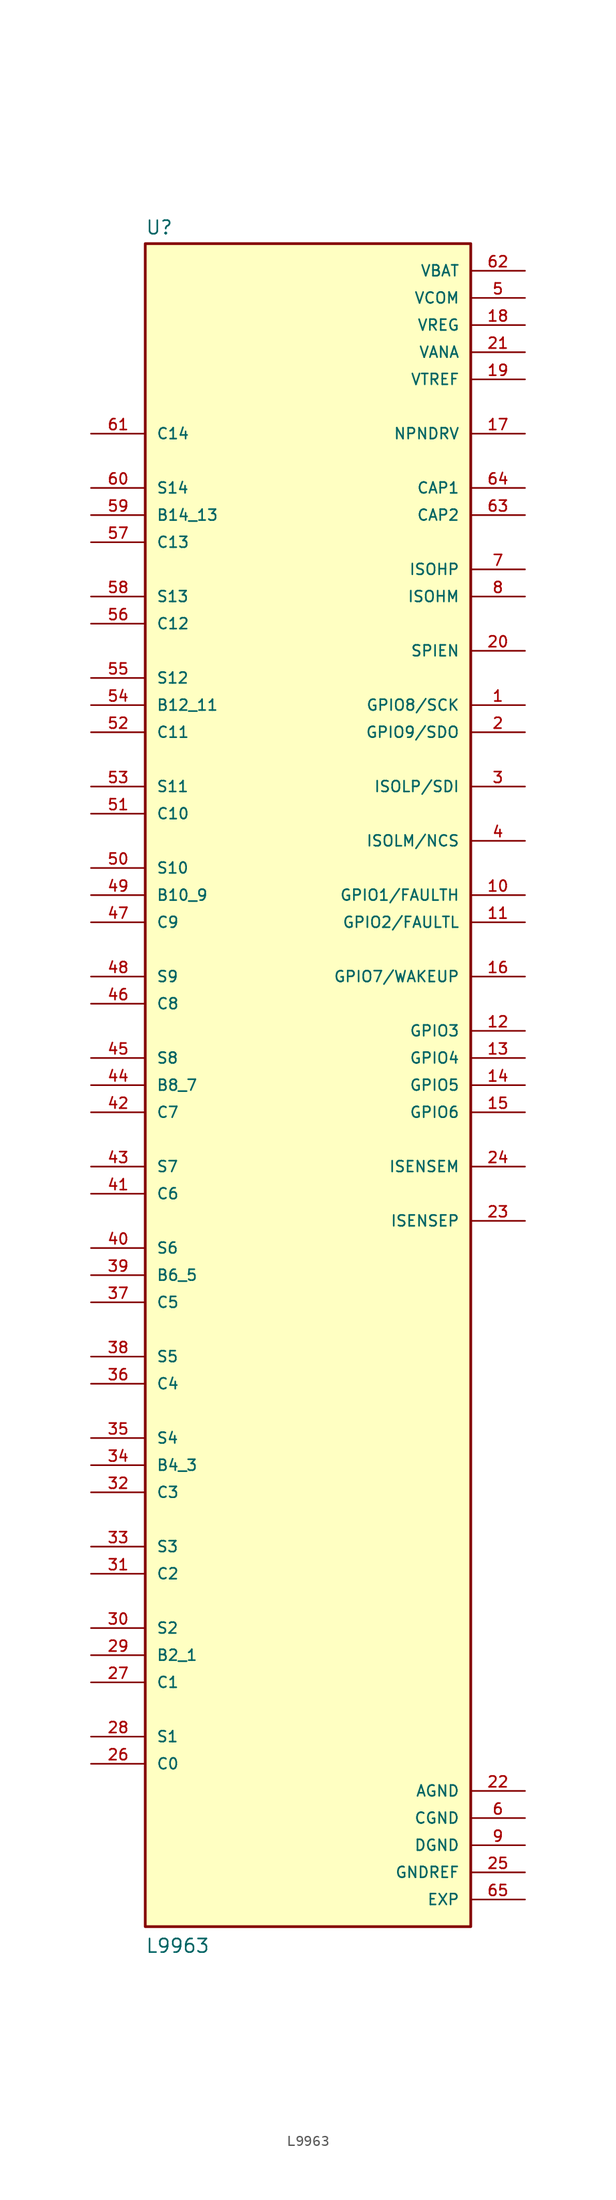
<source format=kicad_sym>
(kicad_symbol_lib
  (version 20211014)
  (generator kicad_symbol_editor)
  (symbol "L9963"
    (pin_names
      (offset 1.016))
    (property "Reference" "U"
      (at -15.24 74.422 0)
      (effects (font (size 1.27 1.27)) (justify bottom left)))
    (property "Value" "L9963"
      (at -15.24 -86.36 0)
      (effects (font (size 1.27 1.27)) (justify bottom left)))
    (symbol "L9963_0_0"
      (rectangle (start -15.24 -83.82) (end 15.24 73.66) (stroke (width 0.254)) (fill (type background)))
      (pin power_in line (at 20.32 71.12 180.0) (length 5.08) (name "VBAT" (effects (font (size 1.016 1.016)))) (number "62" (effects (font (size 1.016 1.016)))))
      (pin passive line (at -20.32 55.88 0) (length 5.08) (name "C14" (effects (font (size 1.016 1.016)))) (number "61" (effects (font (size 1.016 1.016)))))
      (pin passive line (at -20.32 50.8 0) (length 5.08) (name "S14" (effects (font (size 1.016 1.016)))) (number "60" (effects (font (size 1.016 1.016)))))
      (pin passive line (at -20.32 48.26 0) (length 5.08) (name "B14_13" (effects (font (size 1.016 1.016)))) (number "59" (effects (font (size 1.016 1.016)))))
      (pin passive line (at -20.32 45.72 0) (length 5.08) (name "C13" (effects (font (size 1.016 1.016)))) (number "57" (effects (font (size 1.016 1.016)))))
      (pin passive line (at -20.32 40.64 0) (length 5.08) (name "S13" (effects (font (size 1.016 1.016)))) (number "58" (effects (font (size 1.016 1.016)))))
      (pin passive line (at -20.32 38.1 0) (length 5.08) (name "C12" (effects (font (size 1.016 1.016)))) (number "56" (effects (font (size 1.016 1.016)))))
      (pin passive line (at -20.32 33.02 0) (length 5.08) (name "S12" (effects (font (size 1.016 1.016)))) (number "55" (effects (font (size 1.016 1.016)))))
      (pin passive line (at -20.32 30.48 0) (length 5.08) (name "B12_11" (effects (font (size 1.016 1.016)))) (number "54" (effects (font (size 1.016 1.016)))))
      (pin passive line (at -20.32 27.94 0) (length 5.08) (name "C11" (effects (font (size 1.016 1.016)))) (number "52" (effects (font (size 1.016 1.016)))))
      (pin passive line (at -20.32 22.86 0) (length 5.08) (name "S11" (effects (font (size 1.016 1.016)))) (number "53" (effects (font (size 1.016 1.016)))))
      (pin passive line (at -20.32 20.32 0) (length 5.08) (name "C10" (effects (font (size 1.016 1.016)))) (number "51" (effects (font (size 1.016 1.016)))))
      (pin passive line (at -20.32 15.24 0) (length 5.08) (name "S10" (effects (font (size 1.016 1.016)))) (number "50" (effects (font (size 1.016 1.016)))))
      (pin passive line (at -20.32 12.7 0) (length 5.08) (name "B10_9" (effects (font (size 1.016 1.016)))) (number "49" (effects (font (size 1.016 1.016)))))
      (pin passive line (at -20.32 10.16 0) (length 5.08) (name "C9" (effects (font (size 1.016 1.016)))) (number "47" (effects (font (size 1.016 1.016)))))
      (pin passive line (at -20.32 5.08 0) (length 5.08) (name "S9" (effects (font (size 1.016 1.016)))) (number "48" (effects (font (size 1.016 1.016)))))
      (pin passive line (at -20.32 -2.54 0) (length 5.08) (name "S8" (effects (font (size 1.016 1.016)))) (number "45" (effects (font (size 1.016 1.016)))))
      (pin passive line (at -20.32 2.54 0) (length 5.08) (name "C8" (effects (font (size 1.016 1.016)))) (number "46" (effects (font (size 1.016 1.016)))))
      (pin passive line (at -20.32 -5.08 0) (length 5.08) (name "B8_7" (effects (font (size 1.016 1.016)))) (number "44" (effects (font (size 1.016 1.016)))))
      (pin passive line (at -20.32 -7.62 0) (length 5.08) (name "C7" (effects (font (size 1.016 1.016)))) (number "42" (effects (font (size 1.016 1.016)))))
      (pin passive line (at -20.32 -12.7 0) (length 5.08) (name "S7" (effects (font (size 1.016 1.016)))) (number "43" (effects (font (size 1.016 1.016)))))
      (pin passive line (at -20.32 -15.24 0) (length 5.08) (name "C6" (effects (font (size 1.016 1.016)))) (number "41" (effects (font (size 1.016 1.016)))))
      (pin passive line (at -20.32 -20.32 0) (length 5.08) (name "S6" (effects (font (size 1.016 1.016)))) (number "40" (effects (font (size 1.016 1.016)))))
      (pin passive line (at -20.32 -22.86 0) (length 5.08) (name "B6_5" (effects (font (size 1.016 1.016)))) (number "39" (effects (font (size 1.016 1.016)))))
      (pin passive line (at -20.32 -25.4 0) (length 5.08) (name "C5" (effects (font (size 1.016 1.016)))) (number "37" (effects (font (size 1.016 1.016)))))
      (pin passive line (at -20.32 -30.48 0) (length 5.08) (name "S5" (effects (font (size 1.016 1.016)))) (number "38" (effects (font (size 1.016 1.016)))))
      (pin passive line (at -20.32 -33.02 0) (length 5.08) (name "C4" (effects (font (size 1.016 1.016)))) (number "36" (effects (font (size 1.016 1.016)))))
      (pin passive line (at -20.32 -38.1 0) (length 5.08) (name "S4" (effects (font (size 1.016 1.016)))) (number "35" (effects (font (size 1.016 1.016)))))
      (pin passive line (at -20.32 -40.64 0) (length 5.08) (name "B4_3" (effects (font (size 1.016 1.016)))) (number "34" (effects (font (size 1.016 1.016)))))
      (pin passive line (at -20.32 -43.18 0) (length 5.08) (name "C3" (effects (font (size 1.016 1.016)))) (number "32" (effects (font (size 1.016 1.016)))))
      (pin passive line (at -20.32 -48.26 0) (length 5.08) (name "S3" (effects (font (size 1.016 1.016)))) (number "33" (effects (font (size 1.016 1.016)))))
      (pin passive line (at -20.32 -50.8 0) (length 5.08) (name "C2" (effects (font (size 1.016 1.016)))) (number "31" (effects (font (size 1.016 1.016)))))
      (pin passive line (at -20.32 -55.88 0) (length 5.08) (name "S2" (effects (font (size 1.016 1.016)))) (number "30" (effects (font (size 1.016 1.016)))))
      (pin passive line (at -20.32 -58.42 0) (length 5.08) (name "B2_1" (effects (font (size 1.016 1.016)))) (number "29" (effects (font (size 1.016 1.016)))))
      (pin passive line (at -20.32 -60.96 0) (length 5.08) (name "C1" (effects (font (size 1.016 1.016)))) (number "27" (effects (font (size 1.016 1.016)))))
      (pin passive line (at -20.32 -66.04 0) (length 5.08) (name "S1" (effects (font (size 1.016 1.016)))) (number "28" (effects (font (size 1.016 1.016)))))
      (pin passive line (at -20.32 -68.58 0) (length 5.08) (name "C0" (effects (font (size 1.016 1.016)))) (number "26" (effects (font (size 1.016 1.016)))))
      (pin power_in line (at 20.32 -78.74 180.0) (length 5.08) (name "GNDREF" (effects (font (size 1.016 1.016)))) (number "25" (effects (font (size 1.016 1.016)))))
      (pin power_in line (at 20.32 -73.66 180.0) (length 5.08) (name "CGND" (effects (font (size 1.016 1.016)))) (number "6" (effects (font (size 1.016 1.016)))))
      (pin power_in line (at 20.32 -76.2 180.0) (length 5.08) (name "DGND" (effects (font (size 1.016 1.016)))) (number "9" (effects (font (size 1.016 1.016)))))
      (pin power_in line (at 20.32 -71.12 180.0) (length 5.08) (name "AGND" (effects (font (size 1.016 1.016)))) (number "22" (effects (font (size 1.016 1.016)))))
      (pin passive line (at 20.32 -17.78 180.0) (length 5.08) (name "ISENSEP" (effects (font (size 1.016 1.016)))) (number "23" (effects (font (size 1.016 1.016)))))
      (pin passive line (at 20.32 -12.7 180.0) (length 5.08) (name "ISENSEM" (effects (font (size 1.016 1.016)))) (number "24" (effects (font (size 1.016 1.016)))))
      (pin passive line (at 20.32 35.56 180.0) (length 5.08) (name "SPIEN" (effects (font (size 1.016 1.016)))) (number "20" (effects (font (size 1.016 1.016)))))
      (pin bidirectional line (at 20.32 10.16 180.0) (length 5.08) (name "GPIO2/FAULTL" (effects (font (size 1.016 1.016)))) (number "11" (effects (font (size 1.016 1.016)))))
      (pin bidirectional line (at 20.32 22.86 180.0) (length 5.08) (name "ISOLP/SDI" (effects (font (size 1.016 1.016)))) (number "3" (effects (font (size 1.016 1.016)))))
      (pin bidirectional line (at 20.32 17.78 180.0) (length 5.08) (name "ISOLM/NCS" (effects (font (size 1.016 1.016)))) (number "4" (effects (font (size 1.016 1.016)))))
      (pin bidirectional line (at 20.32 0.0 180.0) (length 5.08) (name "GPIO3" (effects (font (size 1.016 1.016)))) (number "12" (effects (font (size 1.016 1.016)))))
      (pin bidirectional line (at 20.32 -2.54 180.0) (length 5.08) (name "GPIO4" (effects (font (size 1.016 1.016)))) (number "13" (effects (font (size 1.016 1.016)))))
      (pin bidirectional line (at 20.32 -5.08 180.0) (length 5.08) (name "GPIO5" (effects (font (size 1.016 1.016)))) (number "14" (effects (font (size 1.016 1.016)))))
      (pin bidirectional line (at 20.32 -7.62 180.0) (length 5.08) (name "GPIO6" (effects (font (size 1.016 1.016)))) (number "15" (effects (font (size 1.016 1.016)))))
      (pin bidirectional line (at 20.32 5.08 180.0) (length 5.08) (name "GPIO7/WAKEUP" (effects (font (size 1.016 1.016)))) (number "16" (effects (font (size 1.016 1.016)))))
      (pin bidirectional line (at 20.32 30.48 180.0) (length 5.08) (name "GPIO8/SCK" (effects (font (size 1.016 1.016)))) (number "1" (effects (font (size 1.016 1.016)))))
      (pin bidirectional line (at 20.32 27.94 180.0) (length 5.08) (name "GPIO9/SDO" (effects (font (size 1.016 1.016)))) (number "2" (effects (font (size 1.016 1.016)))))
      (pin power_in line (at 20.32 60.96 180.0) (length 5.08) (name "VTREF" (effects (font (size 1.016 1.016)))) (number "19" (effects (font (size 1.016 1.016)))))
      (pin passive line (at 20.32 40.64 180.0) (length 5.08) (name "ISOHM" (effects (font (size 1.016 1.016)))) (number "8" (effects (font (size 1.016 1.016)))))
      (pin passive line (at 20.32 43.18 180.0) (length 5.08) (name "ISOHP" (effects (font (size 1.016 1.016)))) (number "7" (effects (font (size 1.016 1.016)))))
      (pin bidirectional line (at 20.32 12.7 180.0) (length 5.08) (name "GPIO1/FAULTH" (effects (font (size 1.016 1.016)))) (number "10" (effects (font (size 1.016 1.016)))))
      (pin power_in line (at 20.32 63.5 180.0) (length 5.08) (name "VANA" (effects (font (size 1.016 1.016)))) (number "21" (effects (font (size 1.016 1.016)))))
      (pin power_in line (at 20.32 68.58 180.0) (length 5.08) (name "VCOM" (effects (font (size 1.016 1.016)))) (number "5" (effects (font (size 1.016 1.016)))))
      (pin power_in line (at 20.32 66.04 180.0) (length 5.08) (name "VREG" (effects (font (size 1.016 1.016)))) (number "18" (effects (font (size 1.016 1.016)))))
      (pin passive line (at 20.32 55.88 180.0) (length 5.08) (name "NPNDRV" (effects (font (size 1.016 1.016)))) (number "17" (effects (font (size 1.016 1.016)))))
      (pin power_in line (at 20.32 -81.28 180.0) (length 5.08) (name "EXP" (effects (font (size 1.016 1.016)))) (number "65" (effects (font (size 1.016 1.016)))))
      (pin passive line (at 20.32 50.8 180.0) (length 5.08) (name "CAP1" (effects (font (size 1.016 1.016)))) (number "64" (effects (font (size 1.016 1.016)))))
      (pin passive line (at 20.32 48.26 180.0) (length 5.08) (name "CAP2" (effects (font (size 1.016 1.016)))) (number "63" (effects (font (size 1.016 1.016))))))))
</source>
